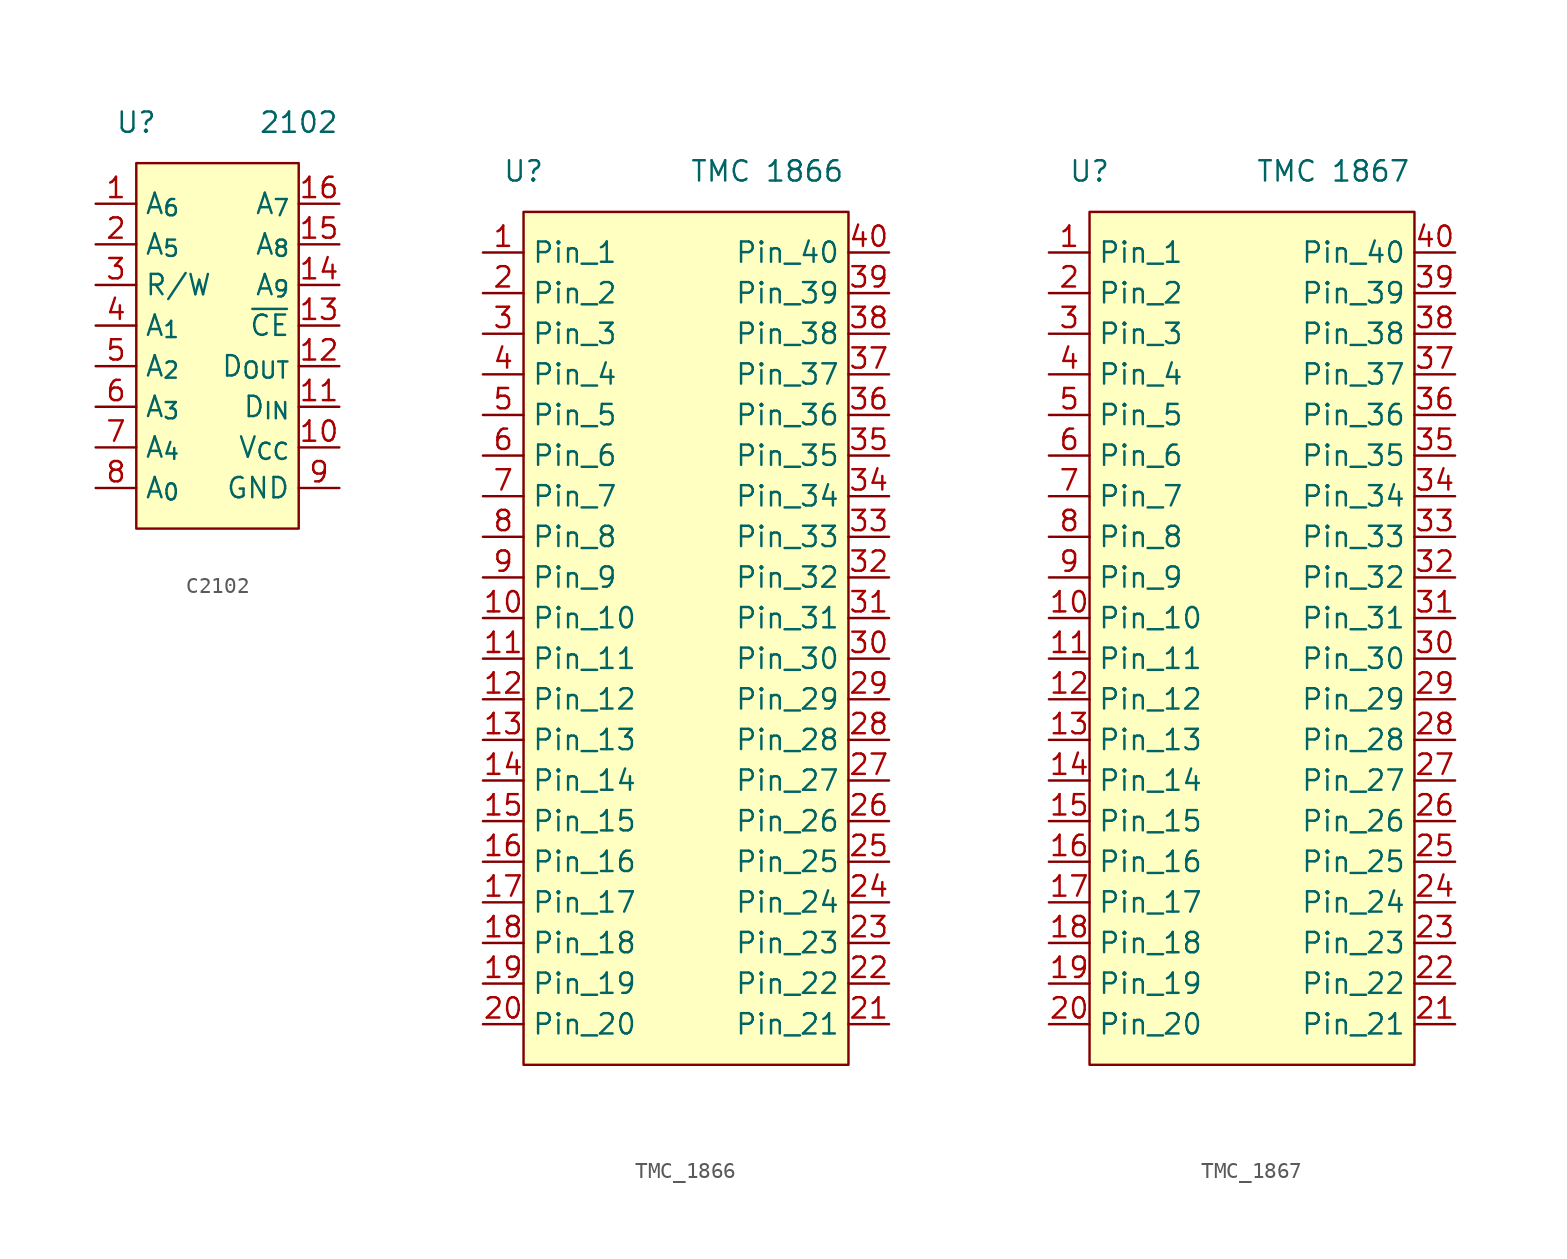
<source format=kicad_sym>
(kicad_symbol_lib
  (version 20241209)
  (generator "kicad_symbol_editor")
  (generator_version "9.0")
  (symbol "C2102"
    (property "Reference" "U"
      (at -5.08 2.54 0)
      (effects (font (size 1.27 1.27))))
    (property "Value" "2102"
      (at 5.08 2.54 0)
      (effects (font (size 1.27 1.27))))
    (symbol "C2102_1_1"
      (rectangle (start -5.08 0) (end 5.08 -22.86) (stroke (width 0) (type solid)) (fill (type color) (color 255 255 194 1)))
      (pin input line (at -7.62 -2.54 0) (length 2.54) (name "A_{6}" (effects (font (size 1.27 1.27)))) (number "1" (effects (font (size 1.27 1.27)))))
      (pin input line (at -7.62 -5.08 0) (length 2.54) (name "A_{5}" (effects (font (size 1.27 1.27)))) (number "2" (effects (font (size 1.27 1.27)))))
      (pin input line (at -7.62 -7.62 0) (length 2.54) (name "R/W" (effects (font (size 1.27 1.27)))) (number "3" (effects (font (size 1.27 1.27)))))
      (pin input line (at -7.62 -10.16 0) (length 2.54) (name "A_{1}" (effects (font (size 1.27 1.27)))) (number "4" (effects (font (size 1.27 1.27)))))
      (pin input line (at -7.62 -12.7 0) (length 2.54) (name "A_{2}" (effects (font (size 1.27 1.27)))) (number "5" (effects (font (size 1.27 1.27)))))
      (pin input line (at -7.62 -15.24 0) (length 2.54) (name "A_{3}" (effects (font (size 1.27 1.27)))) (number "6" (effects (font (size 1.27 1.27)))))
      (pin input line (at -7.62 -17.78 0) (length 2.54) (name "A_{4}" (effects (font (size 1.27 1.27)))) (number "7" (effects (font (size 1.27 1.27)))))
      (pin input line (at -7.62 -20.32 0) (length 2.54) (name "A_{0}" (effects (font (size 1.27 1.27)))) (number "8" (effects (font (size 1.27 1.27)))))
      (pin input line (at 7.62 -2.54 180) (length 2.54) (name "A_{7}" (effects (font (size 1.27 1.27)))) (number "16" (effects (font (size 1.27 1.27)))))
      (pin input line (at 7.62 -5.08 180) (length 2.54) (name "A_{8}" (effects (font (size 1.27 1.27)))) (number "15" (effects (font (size 1.27 1.27)))))
      (pin input line (at 7.62 -7.62 180) (length 2.54) (name "A_{9}" (effects (font (size 1.27 1.27)))) (number "14" (effects (font (size 1.27 1.27)))))
      (pin input line (at 7.62 -10.16 180) (length 2.54) (name "~{CE}" (effects (font (size 1.27 1.27)))) (number "13" (effects (font (size 1.27 1.27)))))
      (pin output line (at 7.62 -12.7 180) (length 2.54) (name "D_{OUT}" (effects (font (size 1.27 1.27)))) (number "12" (effects (font (size 1.27 1.27)))))
      (pin input line (at 7.62 -15.24 180) (length 2.54) (name "D_{IN}" (effects (font (size 1.27 1.27)))) (number "11" (effects (font (size 1.27 1.27)))))
      (pin passive line (at 7.62 -17.78 180) (length 2.54) (name "V_{CC}" (effects (font (size 1.27 1.27)))) (number "10" (effects (font (size 1.27 1.27)))))
      (pin passive line (at 7.62 -20.32 180) (length 2.54) (name "GND" (effects (font (size 1.27 1.27)))) (number "9" (effects (font (size 1.27 1.27)))))))
  (symbol "TMC_1866"
    (property "Reference" "U"
      (at -10.16 2.54 0)
      (effects (font (size 1.27 1.27))))
    (property "Value" "TMC 1866"
      (at 5.08 2.54 0)
      (effects (font (size 1.27 1.27))))
    (symbol "TMC_1866_1_1"
      (rectangle (start -10.16 0) (end 10.16 -53.34) (stroke (width 0) (type solid)) (fill (type color) (color 255 255 194 1)))
      (pin input line (at -12.7 -2.54 0) (length 2.54) (name "Pin_1" (effects (font (size 1.27 1.27)))) (number "1" (effects (font (size 1.27 1.27)))))
      (pin input line (at -12.7 -5.08 0) (length 2.54) (name "Pin_2" (effects (font (size 1.27 1.27)))) (number "2" (effects (font (size 1.27 1.27)))))
      (pin input line (at -12.7 -7.62 0) (length 2.54) (name "Pin_3" (effects (font (size 1.27 1.27)))) (number "3" (effects (font (size 1.27 1.27)))))
      (pin input line (at -12.7 -10.16 0) (length 2.54) (name "Pin_4" (effects (font (size 1.27 1.27)))) (number "4" (effects (font (size 1.27 1.27)))))
      (pin input line (at -12.7 -12.7 0) (length 2.54) (name "Pin_5" (effects (font (size 1.27 1.27)))) (number "5" (effects (font (size 1.27 1.27)))))
      (pin input line (at -12.7 -15.24 0) (length 2.54) (name "Pin_6" (effects (font (size 1.27 1.27)))) (number "6" (effects (font (size 1.27 1.27)))))
      (pin input line (at -12.7 -17.78 0) (length 2.54) (name "Pin_7" (effects (font (size 1.27 1.27)))) (number "7" (effects (font (size 1.27 1.27)))))
      (pin input line (at -12.7 -20.32 0) (length 2.54) (name "Pin_8" (effects (font (size 1.27 1.27)))) (number "8" (effects (font (size 1.27 1.27)))))
      (pin input line (at -12.7 -22.86 0) (length 2.54) (name "Pin_9" (effects (font (size 1.27 1.27)))) (number "9" (effects (font (size 1.27 1.27)))))
      (pin input line (at -12.7 -25.4 0) (length 2.54) (name "Pin_10" (effects (font (size 1.27 1.27)))) (number "10" (effects (font (size 1.27 1.27)))))
      (pin input line (at -12.7 -27.94 0) (length 2.54) (name "Pin_11" (effects (font (size 1.27 1.27)))) (number "11" (effects (font (size 1.27 1.27)))))
      (pin input line (at -12.7 -30.48 0) (length 2.54) (name "Pin_12" (effects (font (size 1.27 1.27)))) (number "12" (effects (font (size 1.27 1.27)))))
      (pin input line (at -12.7 -33.02 0) (length 2.54) (name "Pin_13" (effects (font (size 1.27 1.27)))) (number "13" (effects (font (size 1.27 1.27)))))
      (pin input line (at -12.7 -35.56 0) (length 2.54) (name "Pin_14" (effects (font (size 1.27 1.27)))) (number "14" (effects (font (size 1.27 1.27)))))
      (pin input line (at -12.7 -38.1 0) (length 2.54) (name "Pin_15" (effects (font (size 1.27 1.27)))) (number "15" (effects (font (size 1.27 1.27)))))
      (pin input line (at -12.7 -40.64 0) (length 2.54) (name "Pin_16" (effects (font (size 1.27 1.27)))) (number "16" (effects (font (size 1.27 1.27)))))
      (pin input line (at -12.7 -43.18 0) (length 2.54) (name "Pin_17" (effects (font (size 1.27 1.27)))) (number "17" (effects (font (size 1.27 1.27)))))
      (pin input line (at -12.7 -45.72 0) (length 2.54) (name "Pin_18" (effects (font (size 1.27 1.27)))) (number "18" (effects (font (size 1.27 1.27)))))
      (pin input line (at -12.7 -48.26 0) (length 2.54) (name "Pin_19" (effects (font (size 1.27 1.27)))) (number "19" (effects (font (size 1.27 1.27)))))
      (pin input line (at -12.7 -50.8 0) (length 2.54) (name "Pin_20" (effects (font (size 1.27 1.27)))) (number "20" (effects (font (size 1.27 1.27)))))
      (pin input line (at 12.7 -2.54 180) (length 2.54) (name "Pin_40" (effects (font (size 1.27 1.27)))) (number "40" (effects (font (size 1.27 1.27)))))
      (pin input line (at 12.7 -5.08 180) (length 2.54) (name "Pin_39" (effects (font (size 1.27 1.27)))) (number "39" (effects (font (size 1.27 1.27)))))
      (pin input line (at 12.7 -7.62 180) (length 2.54) (name "Pin_38" (effects (font (size 1.27 1.27)))) (number "38" (effects (font (size 1.27 1.27)))))
      (pin input line (at 12.7 -10.16 180) (length 2.54) (name "Pin_37" (effects (font (size 1.27 1.27)))) (number "37" (effects (font (size 1.27 1.27)))))
      (pin input line (at 12.7 -12.7 180) (length 2.54) (name "Pin_36" (effects (font (size 1.27 1.27)))) (number "36" (effects (font (size 1.27 1.27)))))
      (pin input line (at 12.7 -15.24 180) (length 2.54) (name "Pin_35" (effects (font (size 1.27 1.27)))) (number "35" (effects (font (size 1.27 1.27)))))
      (pin input line (at 12.7 -17.78 180) (length 2.54) (name "Pin_34" (effects (font (size 1.27 1.27)))) (number "34" (effects (font (size 1.27 1.27)))))
      (pin input line (at 12.7 -20.32 180) (length 2.54) (name "Pin_33" (effects (font (size 1.27 1.27)))) (number "33" (effects (font (size 1.27 1.27)))))
      (pin input line (at 12.7 -22.86 180) (length 2.54) (name "Pin_32" (effects (font (size 1.27 1.27)))) (number "32" (effects (font (size 1.27 1.27)))))
      (pin input line (at 12.7 -25.4 180) (length 2.54) (name "Pin_31" (effects (font (size 1.27 1.27)))) (number "31" (effects (font (size 1.27 1.27)))))
      (pin input line (at 12.7 -27.94 180) (length 2.54) (name "Pin_30" (effects (font (size 1.27 1.27)))) (number "30" (effects (font (size 1.27 1.27)))))
      (pin input line (at 12.7 -30.48 180) (length 2.54) (name "Pin_29" (effects (font (size 1.27 1.27)))) (number "29" (effects (font (size 1.27 1.27)))))
      (pin input line (at 12.7 -33.02 180) (length 2.54) (name "Pin_28" (effects (font (size 1.27 1.27)))) (number "28" (effects (font (size 1.27 1.27)))))
      (pin input line (at 12.7 -35.56 180) (length 2.54) (name "Pin_27" (effects (font (size 1.27 1.27)))) (number "27" (effects (font (size 1.27 1.27)))))
      (pin input line (at 12.7 -38.1 180) (length 2.54) (name "Pin_26" (effects (font (size 1.27 1.27)))) (number "26" (effects (font (size 1.27 1.27)))))
      (pin input line (at 12.7 -40.64 180) (length 2.54) (name "Pin_25" (effects (font (size 1.27 1.27)))) (number "25" (effects (font (size 1.27 1.27)))))
      (pin input line (at 12.7 -43.18 180) (length 2.54) (name "Pin_24" (effects (font (size 1.27 1.27)))) (number "24" (effects (font (size 1.27 1.27)))))
      (pin input line (at 12.7 -45.72 180) (length 2.54) (name "Pin_23" (effects (font (size 1.27 1.27)))) (number "23" (effects (font (size 1.27 1.27)))))
      (pin input line (at 12.7 -48.26 180) (length 2.54) (name "Pin_22" (effects (font (size 1.27 1.27)))) (number "22" (effects (font (size 1.27 1.27)))))
      (pin input line (at 12.7 -50.8 180) (length 2.54) (name "Pin_21" (effects (font (size 1.27 1.27)))) (number "21" (effects (font (size 1.27 1.27)))))))
  (symbol "TMC_1867"
    (property "Reference" "U"
      (at -10.16 2.54 0)
      (effects (font (size 1.27 1.27))))
    (property "Value" "TMC 1867"
      (at 5.08 2.54 0)
      (effects (font (size 1.27 1.27))))
    (symbol "TMC_1867_1_1"
      (rectangle (start -10.16 0) (end 10.16 -53.34) (stroke (width 0) (type solid)) (fill (type color) (color 255 255 194 1)))
      (pin input line (at -12.7 -2.54 0) (length 2.54) (name "Pin_1" (effects (font (size 1.27 1.27)))) (number "1" (effects (font (size 1.27 1.27)))))
      (pin input line (at -12.7 -5.08 0) (length 2.54) (name "Pin_2" (effects (font (size 1.27 1.27)))) (number "2" (effects (font (size 1.27 1.27)))))
      (pin input line (at -12.7 -7.62 0) (length 2.54) (name "Pin_3" (effects (font (size 1.27 1.27)))) (number "3" (effects (font (size 1.27 1.27)))))
      (pin input line (at -12.7 -10.16 0) (length 2.54) (name "Pin_4" (effects (font (size 1.27 1.27)))) (number "4" (effects (font (size 1.27 1.27)))))
      (pin input line (at -12.7 -12.7 0) (length 2.54) (name "Pin_5" (effects (font (size 1.27 1.27)))) (number "5" (effects (font (size 1.27 1.27)))))
      (pin input line (at -12.7 -15.24 0) (length 2.54) (name "Pin_6" (effects (font (size 1.27 1.27)))) (number "6" (effects (font (size 1.27 1.27)))))
      (pin input line (at -12.7 -17.78 0) (length 2.54) (name "Pin_7" (effects (font (size 1.27 1.27)))) (number "7" (effects (font (size 1.27 1.27)))))
      (pin input line (at -12.7 -20.32 0) (length 2.54) (name "Pin_8" (effects (font (size 1.27 1.27)))) (number "8" (effects (font (size 1.27 1.27)))))
      (pin input line (at -12.7 -22.86 0) (length 2.54) (name "Pin_9" (effects (font (size 1.27 1.27)))) (number "9" (effects (font (size 1.27 1.27)))))
      (pin input line (at -12.7 -25.4 0) (length 2.54) (name "Pin_10" (effects (font (size 1.27 1.27)))) (number "10" (effects (font (size 1.27 1.27)))))
      (pin input line (at -12.7 -27.94 0) (length 2.54) (name "Pin_11" (effects (font (size 1.27 1.27)))) (number "11" (effects (font (size 1.27 1.27)))))
      (pin input line (at -12.7 -30.48 0) (length 2.54) (name "Pin_12" (effects (font (size 1.27 1.27)))) (number "12" (effects (font (size 1.27 1.27)))))
      (pin input line (at -12.7 -33.02 0) (length 2.54) (name "Pin_13" (effects (font (size 1.27 1.27)))) (number "13" (effects (font (size 1.27 1.27)))))
      (pin input line (at -12.7 -35.56 0) (length 2.54) (name "Pin_14" (effects (font (size 1.27 1.27)))) (number "14" (effects (font (size 1.27 1.27)))))
      (pin input line (at -12.7 -38.1 0) (length 2.54) (name "Pin_15" (effects (font (size 1.27 1.27)))) (number "15" (effects (font (size 1.27 1.27)))))
      (pin input line (at -12.7 -40.64 0) (length 2.54) (name "Pin_16" (effects (font (size 1.27 1.27)))) (number "16" (effects (font (size 1.27 1.27)))))
      (pin input line (at -12.7 -43.18 0) (length 2.54) (name "Pin_17" (effects (font (size 1.27 1.27)))) (number "17" (effects (font (size 1.27 1.27)))))
      (pin input line (at -12.7 -45.72 0) (length 2.54) (name "Pin_18" (effects (font (size 1.27 1.27)))) (number "18" (effects (font (size 1.27 1.27)))))
      (pin input line (at -12.7 -48.26 0) (length 2.54) (name "Pin_19" (effects (font (size 1.27 1.27)))) (number "19" (effects (font (size 1.27 1.27)))))
      (pin input line (at -12.7 -50.8 0) (length 2.54) (name "Pin_20" (effects (font (size 1.27 1.27)))) (number "20" (effects (font (size 1.27 1.27)))))
      (pin input line (at 12.7 -2.54 180) (length 2.54) (name "Pin_40" (effects (font (size 1.27 1.27)))) (number "40" (effects (font (size 1.27 1.27)))))
      (pin input line (at 12.7 -5.08 180) (length 2.54) (name "Pin_39" (effects (font (size 1.27 1.27)))) (number "39" (effects (font (size 1.27 1.27)))))
      (pin input line (at 12.7 -7.62 180) (length 2.54) (name "Pin_38" (effects (font (size 1.27 1.27)))) (number "38" (effects (font (size 1.27 1.27)))))
      (pin input line (at 12.7 -10.16 180) (length 2.54) (name "Pin_37" (effects (font (size 1.27 1.27)))) (number "37" (effects (font (size 1.27 1.27)))))
      (pin input line (at 12.7 -12.7 180) (length 2.54) (name "Pin_36" (effects (font (size 1.27 1.27)))) (number "36" (effects (font (size 1.27 1.27)))))
      (pin input line (at 12.7 -15.24 180) (length 2.54) (name "Pin_35" (effects (font (size 1.27 1.27)))) (number "35" (effects (font (size 1.27 1.27)))))
      (pin input line (at 12.7 -17.78 180) (length 2.54) (name "Pin_34" (effects (font (size 1.27 1.27)))) (number "34" (effects (font (size 1.27 1.27)))))
      (pin input line (at 12.7 -20.32 180) (length 2.54) (name "Pin_33" (effects (font (size 1.27 1.27)))) (number "33" (effects (font (size 1.27 1.27)))))
      (pin input line (at 12.7 -22.86 180) (length 2.54) (name "Pin_32" (effects (font (size 1.27 1.27)))) (number "32" (effects (font (size 1.27 1.27)))))
      (pin input line (at 12.7 -25.4 180) (length 2.54) (name "Pin_31" (effects (font (size 1.27 1.27)))) (number "31" (effects (font (size 1.27 1.27)))))
      (pin input line (at 12.7 -27.94 180) (length 2.54) (name "Pin_30" (effects (font (size 1.27 1.27)))) (number "30" (effects (font (size 1.27 1.27)))))
      (pin input line (at 12.7 -30.48 180) (length 2.54) (name "Pin_29" (effects (font (size 1.27 1.27)))) (number "29" (effects (font (size 1.27 1.27)))))
      (pin input line (at 12.7 -33.02 180) (length 2.54) (name "Pin_28" (effects (font (size 1.27 1.27)))) (number "28" (effects (font (size 1.27 1.27)))))
      (pin input line (at 12.7 -35.56 180) (length 2.54) (name "Pin_27" (effects (font (size 1.27 1.27)))) (number "27" (effects (font (size 1.27 1.27)))))
      (pin input line (at 12.7 -38.1 180) (length 2.54) (name "Pin_26" (effects (font (size 1.27 1.27)))) (number "26" (effects (font (size 1.27 1.27)))))
      (pin input line (at 12.7 -40.64 180) (length 2.54) (name "Pin_25" (effects (font (size 1.27 1.27)))) (number "25" (effects (font (size 1.27 1.27)))))
      (pin input line (at 12.7 -43.18 180) (length 2.54) (name "Pin_24" (effects (font (size 1.27 1.27)))) (number "24" (effects (font (size 1.27 1.27)))))
      (pin input line (at 12.7 -45.72 180) (length 2.54) (name "Pin_23" (effects (font (size 1.27 1.27)))) (number "23" (effects (font (size 1.27 1.27)))))
      (pin input line (at 12.7 -48.26 180) (length 2.54) (name "Pin_22" (effects (font (size 1.27 1.27)))) (number "22" (effects (font (size 1.27 1.27)))))
      (pin input line (at 12.7 -50.8 180) (length 2.54) (name "Pin_21" (effects (font (size 1.27 1.27)))) (number "21" (effects (font (size 1.27 1.27))))))))
</source>
